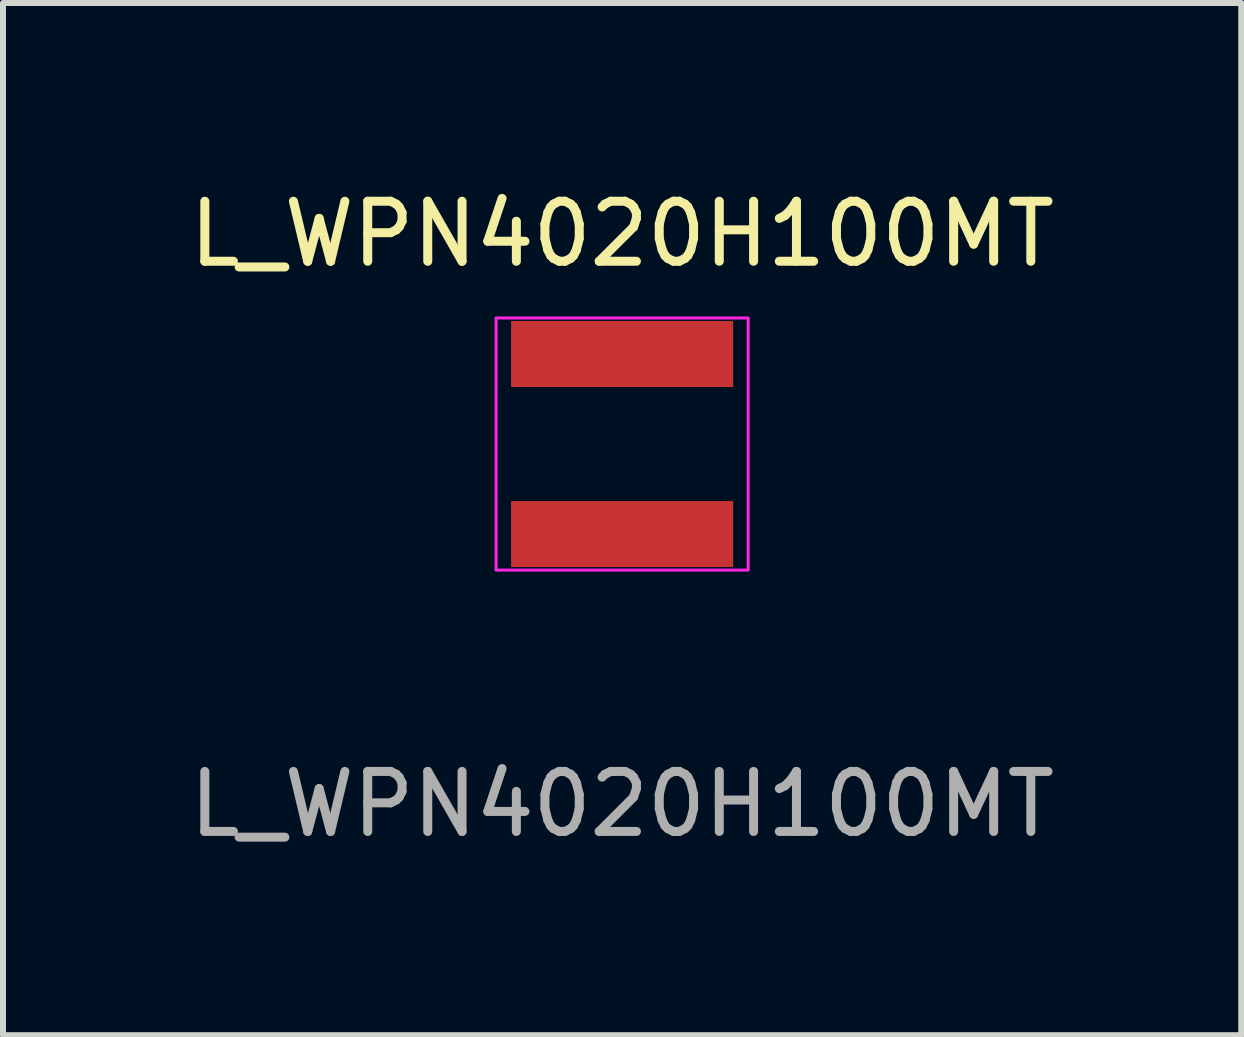
<source format=kicad_pcb>
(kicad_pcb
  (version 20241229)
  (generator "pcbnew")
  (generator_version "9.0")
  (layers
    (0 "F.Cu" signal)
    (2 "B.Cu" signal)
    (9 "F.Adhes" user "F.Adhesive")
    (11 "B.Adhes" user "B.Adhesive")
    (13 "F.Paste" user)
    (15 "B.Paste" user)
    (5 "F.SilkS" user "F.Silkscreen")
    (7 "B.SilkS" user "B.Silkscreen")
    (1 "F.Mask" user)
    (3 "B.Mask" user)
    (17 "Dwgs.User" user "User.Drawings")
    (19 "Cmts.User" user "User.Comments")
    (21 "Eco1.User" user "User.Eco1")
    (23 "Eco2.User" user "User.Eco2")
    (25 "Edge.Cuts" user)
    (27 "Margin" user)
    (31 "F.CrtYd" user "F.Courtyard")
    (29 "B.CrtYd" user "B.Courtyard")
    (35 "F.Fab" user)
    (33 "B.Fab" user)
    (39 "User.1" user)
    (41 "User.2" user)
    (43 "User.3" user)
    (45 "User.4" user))
  (footprint "L_WPN4020H100MT"
    (layer "F.Cu")
    (at 7.315 4.348)
    (property "Reference" "L_WPN4020H100MT" (at 0 -3.5 0) (unlocked yes) (layer "F.SilkS") (effects (font (size 1 1) (thickness 0.15))))
    (attr smd)
    (fp_rect (start -2.1 -2.1) (end 2.1 2.1) (stroke (width 0.05) (type solid)) (fill no) (layer "F.CrtYd"))
    (fp_text user "${REFERENCE}" (at 0 6 0) (unlocked yes) (layer "F.Fab") (effects (font (size 1 1) (thickness 0.15))))
    (pad "1" smd rect (at 0 -1.5) (size 3.7 1.1) (layers "F.Cu" "F.Mask" "F.Paste"))
    (pad "2" smd rect (at 0 1.5) (size 3.7 1.1) (layers "F.Cu" "F.Mask" "F.Paste")))
  (gr_rect
    (start -3 -3)
    (end 17.631 14.197)
    (stroke (width 0.1) (type default))
    (fill no)
    (layer "Edge.Cuts")))
</source>
